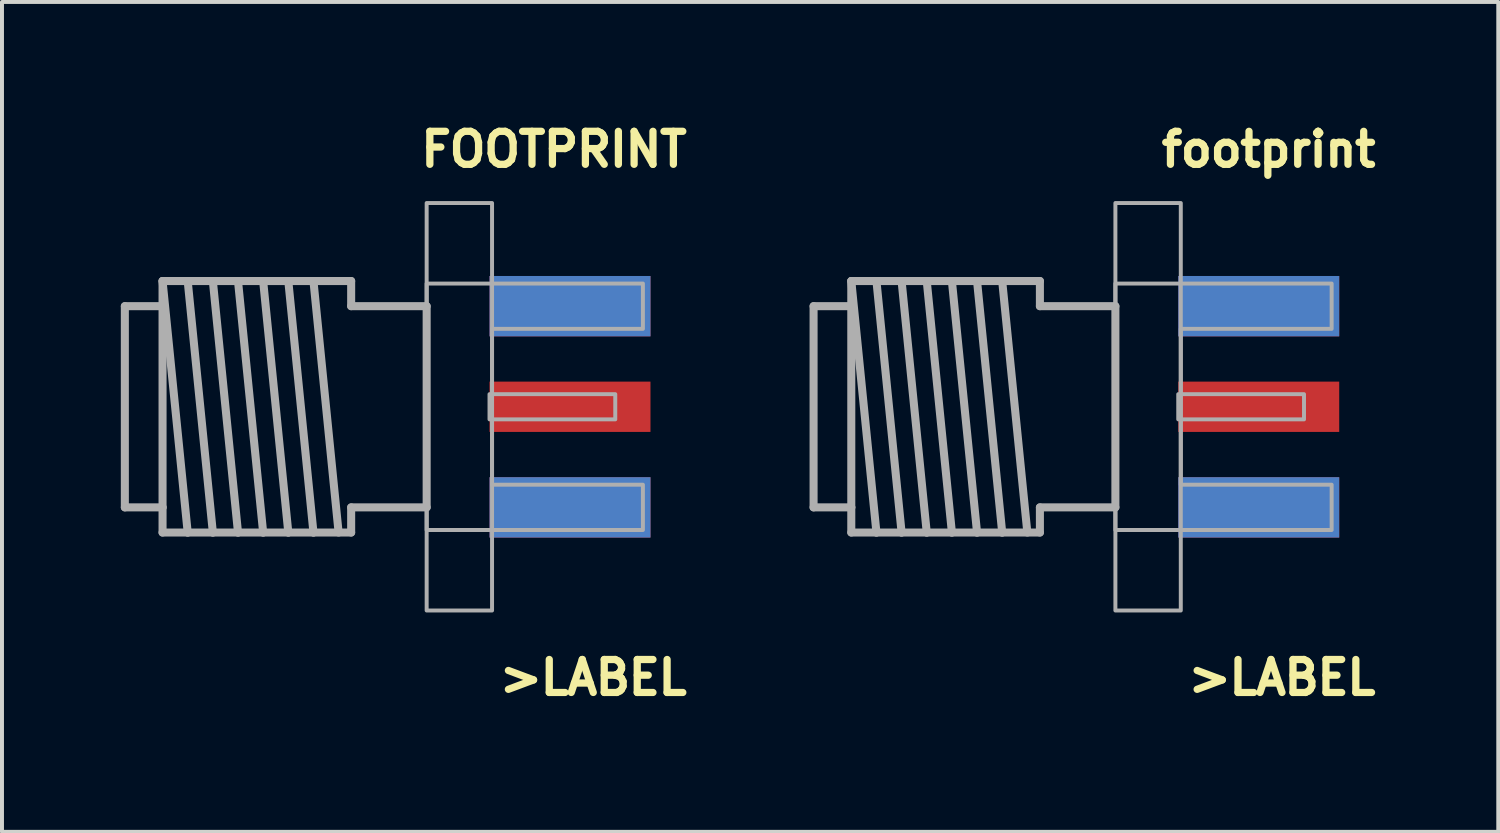
<source format=kicad_pcb>
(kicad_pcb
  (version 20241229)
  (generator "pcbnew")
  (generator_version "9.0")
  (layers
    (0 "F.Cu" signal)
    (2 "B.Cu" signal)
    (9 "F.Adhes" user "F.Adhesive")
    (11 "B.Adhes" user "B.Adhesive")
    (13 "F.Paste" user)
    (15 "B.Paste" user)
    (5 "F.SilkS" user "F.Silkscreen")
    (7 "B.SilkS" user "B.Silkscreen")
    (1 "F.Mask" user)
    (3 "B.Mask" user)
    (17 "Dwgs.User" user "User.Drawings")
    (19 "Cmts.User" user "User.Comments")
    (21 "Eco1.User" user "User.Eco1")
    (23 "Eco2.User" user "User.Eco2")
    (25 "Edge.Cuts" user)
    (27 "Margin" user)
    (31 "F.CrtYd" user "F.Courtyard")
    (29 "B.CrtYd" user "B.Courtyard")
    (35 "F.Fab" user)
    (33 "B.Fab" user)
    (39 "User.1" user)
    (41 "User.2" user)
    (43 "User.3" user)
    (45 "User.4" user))
  (footprint "footprint"
    (layer "F.Cu")
    (at 26.698 7.22)
    (property "Reference" "footprint" (at 5.08 -6.985 0) (layer "F.SilkS") (effects (font (size 0.833 0.833) (thickness 0.183)) (justify right top)))
    (fp_line (start -9.207 -2.54) (end -8.255 -2.54) (stroke (width 0.203) (type solid)) (layer "F.Fab"))
    (fp_line (start -9.207 2.54) (end -9.207 -2.54) (stroke (width 0.203) (type solid)) (layer "F.Fab"))
    (fp_line (start -8.255 -3.175) (end -7.62 -3.175) (stroke (width 0.203) (type solid)) (layer "F.Fab"))
    (fp_line (start -8.255 -3.175) (end -7.62 3.175) (stroke (width 0.203) (type solid)) (layer "F.Fab"))
    (fp_line (start -8.255 -2.54) (end -8.255 -3.175) (stroke (width 0.203) (type solid)) (layer "F.Fab"))
    (fp_line (start -8.255 -2.54) (end -8.255 2.54) (stroke (width 0.203) (type solid)) (layer "F.Fab"))
    (fp_line (start -8.255 2.54) (end -9.207 2.54) (stroke (width 0.203) (type solid)) (layer "F.Fab"))
    (fp_line (start -8.255 3.175) (end -8.255 2.54) (stroke (width 0.203) (type solid)) (layer "F.Fab"))
    (fp_line (start -7.62 -3.175) (end -6.985 -3.175) (stroke (width 0.203) (type solid)) (layer "F.Fab"))
    (fp_line (start -7.62 -3.175) (end -6.985 3.175) (stroke (width 0.203) (type solid)) (layer "F.Fab"))
    (fp_line (start -7.62 3.175) (end -8.255 3.175) (stroke (width 0.203) (type solid)) (layer "F.Fab"))
    (fp_line (start -6.985 -3.175) (end -6.35 -3.175) (stroke (width 0.203) (type solid)) (layer "F.Fab"))
    (fp_line (start -6.985 -3.175) (end -6.35 3.175) (stroke (width 0.203) (type solid)) (layer "F.Fab"))
    (fp_line (start -6.985 3.175) (end -7.62 3.175) (stroke (width 0.203) (type solid)) (layer "F.Fab"))
    (fp_line (start -6.35 -3.175) (end -5.715 -3.175) (stroke (width 0.203) (type solid)) (layer "F.Fab"))
    (fp_line (start -6.35 -3.175) (end -5.715 3.175) (stroke (width 0.203) (type solid)) (layer "F.Fab"))
    (fp_line (start -6.35 3.175) (end -6.985 3.175) (stroke (width 0.203) (type solid)) (layer "F.Fab"))
    (fp_line (start -5.715 -3.175) (end -5.08 -3.175) (stroke (width 0.203) (type solid)) (layer "F.Fab"))
    (fp_line (start -5.715 -3.175) (end -5.08 3.175) (stroke (width 0.203) (type solid)) (layer "F.Fab"))
    (fp_line (start -5.715 3.175) (end -6.35 3.175) (stroke (width 0.203) (type solid)) (layer "F.Fab"))
    (fp_line (start -5.08 -3.175) (end -4.445 -3.175) (stroke (width 0.203) (type solid)) (layer "F.Fab"))
    (fp_line (start -5.08 -3.175) (end -4.445 3.175) (stroke (width 0.203) (type solid)) (layer "F.Fab"))
    (fp_line (start -5.08 3.175) (end -5.715 3.175) (stroke (width 0.203) (type solid)) (layer "F.Fab"))
    (fp_line (start -4.445 -3.175) (end -3.81 3.175) (stroke (width 0.203) (type solid)) (layer "F.Fab"))
    (fp_line (start -4.445 -3.175) (end -3.493 -3.175) (stroke (width 0.203) (type solid)) (layer "F.Fab"))
    (fp_line (start -4.445 3.175) (end -5.08 3.175) (stroke (width 0.203) (type solid)) (layer "F.Fab"))
    (fp_line (start -3.493 -3.175) (end -3.493 -2.54) (stroke (width 0.203) (type solid)) (layer "F.Fab"))
    (fp_line (start -3.493 -2.54) (end -1.587 -2.54) (stroke (width 0.203) (type solid)) (layer "F.Fab"))
    (fp_line (start -3.493 2.54) (end -3.493 3.175) (stroke (width 0.203) (type solid)) (layer "F.Fab"))
    (fp_line (start -3.493 3.175) (end -4.445 3.175) (stroke (width 0.203) (type solid)) (layer "F.Fab"))
    (fp_line (start -1.587 -2.54) (end -1.587 2.54) (stroke (width 0.203) (type solid)) (layer "F.Fab"))
    (fp_line (start -1.587 2.54) (end -3.493 2.54) (stroke (width 0.203) (type solid)) (layer "F.Fab"))
    (fp_poly (pts (xy 0 0.318) (xy 3.175 0.318) (xy 3.175 -0.318) (xy 0 -0.318)) (stroke (width 0.1) (type solid)) (fill no) (layer "F.Fab"))
    (fp_poly (pts (xy 0.064 5.144) (xy -1.587 5.144) (xy -1.587 -5.144) (xy 0.064 -5.144)) (stroke (width 0.1) (type solid)) (fill no) (layer "F.Fab"))
    (fp_poly (pts (xy 3.873 -1.968) (xy 0.064 -1.968) (xy 0.064 1.968) (xy 3.873 1.968) (xy 3.873 3.111) (xy -1.587 3.111) (xy -1.587 -3.111) (xy 3.873 -3.111)) (stroke (width 0.1) (type solid)) (fill no) (layer "F.Fab"))
    (fp_text user ">LABEL" (at 5.08 6.35 0) (layer "F.SilkS") (effects (font (size 0.833 0.833) (thickness 0.183)) (justify right top)))
    (pad "GND@1" smd rect (at 2.032 2.54 90) (size 1.524 4.064) (layers "F.Cu" "F.Mask"))
    (pad "GND@2" smd rect (at 2.032 -2.54 90) (size 1.524 4.064) (layers "F.Cu" "F.Mask"))
    (pad "GND@3" smd rect (at 2.032 -2.54 90) (size 1.524 4.064) (layers "B.Cu" "B.Mask"))
    (pad "GND@4" smd rect (at 2.032 2.54 90) (size 1.524 4.064) (layers "B.Cu" "B.Mask"))
    (pad "P" smd rect (at 2.032 0 90) (size 1.27 4.064) (layers "F.Cu" "F.Mask")))
  (footprint "FOOTPRINT"
    (layer "F.Cu")
    (at 9.309 7.22)
    (property "Reference" "FOOTPRINT" (at 5.08 -6.985 0) (layer "F.SilkS") (effects (font (size 0.833 0.833) (thickness 0.183)) (justify right top)))
    (fp_line (start -9.207 -2.54) (end -8.255 -2.54) (stroke (width 0.203) (type solid)) (layer "F.Fab"))
    (fp_line (start -9.207 2.54) (end -9.207 -2.54) (stroke (width 0.203) (type solid)) (layer "F.Fab"))
    (fp_line (start -8.255 -3.175) (end -7.62 -3.175) (stroke (width 0.203) (type solid)) (layer "F.Fab"))
    (fp_line (start -8.255 -3.175) (end -7.62 3.175) (stroke (width 0.203) (type solid)) (layer "F.Fab"))
    (fp_line (start -8.255 -2.54) (end -8.255 -3.175) (stroke (width 0.203) (type solid)) (layer "F.Fab"))
    (fp_line (start -8.255 -2.54) (end -8.255 2.54) (stroke (width 0.203) (type solid)) (layer "F.Fab"))
    (fp_line (start -8.255 2.54) (end -9.207 2.54) (stroke (width 0.203) (type solid)) (layer "F.Fab"))
    (fp_line (start -8.255 3.175) (end -8.255 2.54) (stroke (width 0.203) (type solid)) (layer "F.Fab"))
    (fp_line (start -7.62 -3.175) (end -6.985 -3.175) (stroke (width 0.203) (type solid)) (layer "F.Fab"))
    (fp_line (start -7.62 -3.175) (end -6.985 3.175) (stroke (width 0.203) (type solid)) (layer "F.Fab"))
    (fp_line (start -7.62 3.175) (end -8.255 3.175) (stroke (width 0.203) (type solid)) (layer "F.Fab"))
    (fp_line (start -6.985 -3.175) (end -6.35 -3.175) (stroke (width 0.203) (type solid)) (layer "F.Fab"))
    (fp_line (start -6.985 -3.175) (end -6.35 3.175) (stroke (width 0.203) (type solid)) (layer "F.Fab"))
    (fp_line (start -6.985 3.175) (end -7.62 3.175) (stroke (width 0.203) (type solid)) (layer "F.Fab"))
    (fp_line (start -6.35 -3.175) (end -5.715 -3.175) (stroke (width 0.203) (type solid)) (layer "F.Fab"))
    (fp_line (start -6.35 -3.175) (end -5.715 3.175) (stroke (width 0.203) (type solid)) (layer "F.Fab"))
    (fp_line (start -6.35 3.175) (end -6.985 3.175) (stroke (width 0.203) (type solid)) (layer "F.Fab"))
    (fp_line (start -5.715 -3.175) (end -5.08 -3.175) (stroke (width 0.203) (type solid)) (layer "F.Fab"))
    (fp_line (start -5.715 -3.175) (end -5.08 3.175) (stroke (width 0.203) (type solid)) (layer "F.Fab"))
    (fp_line (start -5.715 3.175) (end -6.35 3.175) (stroke (width 0.203) (type solid)) (layer "F.Fab"))
    (fp_line (start -5.08 -3.175) (end -4.445 -3.175) (stroke (width 0.203) (type solid)) (layer "F.Fab"))
    (fp_line (start -5.08 -3.175) (end -4.445 3.175) (stroke (width 0.203) (type solid)) (layer "F.Fab"))
    (fp_line (start -5.08 3.175) (end -5.715 3.175) (stroke (width 0.203) (type solid)) (layer "F.Fab"))
    (fp_line (start -4.445 -3.175) (end -3.81 3.175) (stroke (width 0.203) (type solid)) (layer "F.Fab"))
    (fp_line (start -4.445 -3.175) (end -3.493 -3.175) (stroke (width 0.203) (type solid)) (layer "F.Fab"))
    (fp_line (start -4.445 3.175) (end -5.08 3.175) (stroke (width 0.203) (type solid)) (layer "F.Fab"))
    (fp_line (start -3.493 -3.175) (end -3.493 -2.54) (stroke (width 0.203) (type solid)) (layer "F.Fab"))
    (fp_line (start -3.493 -2.54) (end -1.587 -2.54) (stroke (width 0.203) (type solid)) (layer "F.Fab"))
    (fp_line (start -3.493 2.54) (end -3.493 3.175) (stroke (width 0.203) (type solid)) (layer "F.Fab"))
    (fp_line (start -3.493 3.175) (end -4.445 3.175) (stroke (width 0.203) (type solid)) (layer "F.Fab"))
    (fp_line (start -1.587 -2.54) (end -1.587 2.54) (stroke (width 0.203) (type solid)) (layer "F.Fab"))
    (fp_line (start -1.587 2.54) (end -3.493 2.54) (stroke (width 0.203) (type solid)) (layer "F.Fab"))
    (fp_poly (pts (xy 0 0.318) (xy 3.175 0.318) (xy 3.175 -0.318) (xy 0 -0.318)) (stroke (width 0.1) (type solid)) (fill no) (layer "F.Fab"))
    (fp_poly (pts (xy 0.064 5.144) (xy -1.587 5.144) (xy -1.587 -5.144) (xy 0.064 -5.144)) (stroke (width 0.1) (type solid)) (fill no) (layer "F.Fab"))
    (fp_poly (pts (xy 3.873 -1.968) (xy 0.064 -1.968) (xy 0.064 1.968) (xy 3.873 1.968) (xy 3.873 3.111) (xy -1.587 3.111) (xy -1.587 -3.111) (xy 3.873 -3.111)) (stroke (width 0.1) (type solid)) (fill no) (layer "F.Fab"))
    (fp_text user ">LABEL" (at 5.08 6.35 0) (layer "F.SilkS") (effects (font (size 0.833 0.833) (thickness 0.183)) (justify right top)))
    (pad "GND@1" smd rect (at 2.032 2.54 90) (size 1.524 4.064) (layers "F.Cu" "F.Mask"))
    (pad "GND@2" smd rect (at 2.032 -2.54 90) (size 1.524 4.064) (layers "F.Cu" "F.Mask"))
    (pad "GND@3" smd rect (at 2.032 -2.54 90) (size 1.524 4.064) (layers "B.Cu" "B.Mask"))
    (pad "GND@4" smd rect (at 2.032 2.54 90) (size 1.524 4.064) (layers "B.Cu" "B.Mask"))
    (pad "P" smd rect (at 2.032 0 90) (size 1.27 4.064) (layers "F.Cu" "F.Mask")))
  (gr_rect
    (start -3 -3)
    (end 34.778 17.952)
    (stroke (width 0.1) (type default))
    (fill no)
    (layer "Edge.Cuts")))
</source>
